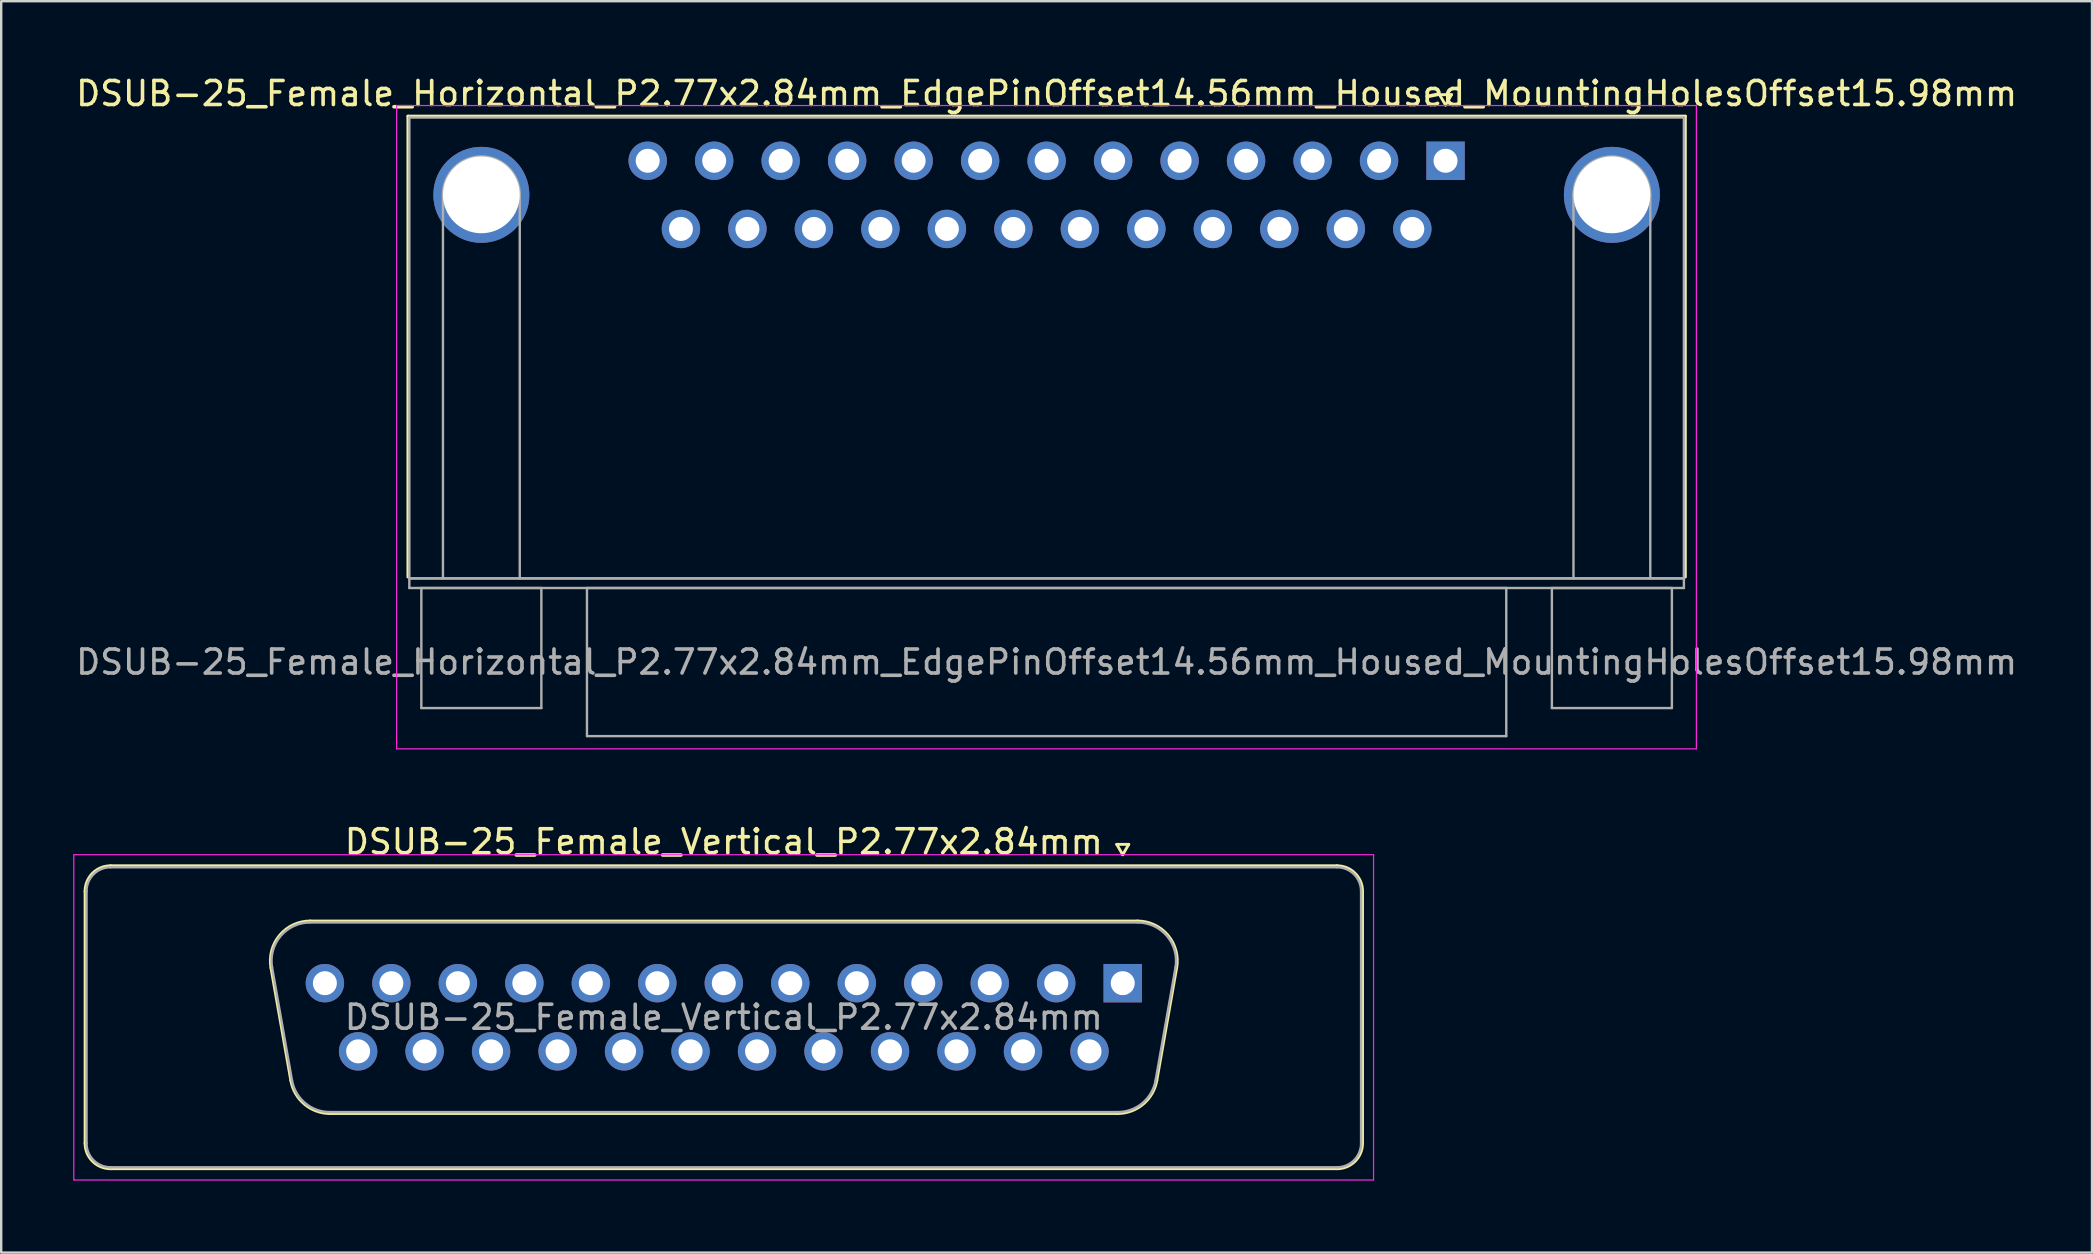
<source format=kicad_pcb>
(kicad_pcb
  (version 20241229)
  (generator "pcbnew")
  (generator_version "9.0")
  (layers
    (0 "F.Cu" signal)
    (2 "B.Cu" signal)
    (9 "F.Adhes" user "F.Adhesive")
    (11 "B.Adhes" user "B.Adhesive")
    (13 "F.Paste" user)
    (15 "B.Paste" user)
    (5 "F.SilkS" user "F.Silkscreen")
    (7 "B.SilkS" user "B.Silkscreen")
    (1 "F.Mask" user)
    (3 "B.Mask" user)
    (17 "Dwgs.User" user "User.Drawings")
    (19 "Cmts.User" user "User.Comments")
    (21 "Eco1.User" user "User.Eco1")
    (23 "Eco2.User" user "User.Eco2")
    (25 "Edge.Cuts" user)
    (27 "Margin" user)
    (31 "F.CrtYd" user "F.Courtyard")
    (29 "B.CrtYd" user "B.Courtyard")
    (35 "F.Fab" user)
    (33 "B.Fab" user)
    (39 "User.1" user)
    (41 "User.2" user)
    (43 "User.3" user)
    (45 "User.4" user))
  (footprint "DSUB-25_Female_Horizontal_P2.77x2.84mm_EdgePinOffset14.56mm_Housed_MountingHolesOffset15.98mm"
    (layer "F.Cu")
    (at 57.174 3.648)
    (property "Reference" "DSUB-25_Female_Horizontal_P2.77x2.84mm_EdgePinOffset14.56mm_Housed_MountingHolesOffset15.98mm" (at -16.62 -2.8 0) (layer "F.SilkS") (effects (font (size 1 1) (thickness 0.15))))
    (attr through_hole)
    (fp_line (start -43.23 -1.86) (end 9.99 -1.86) (stroke (width 0.12) (type solid)) (layer "F.SilkS"))
    (fp_line (start -43.23 17.34) (end -43.23 -1.86) (stroke (width 0.12) (type solid)) (layer "F.SilkS"))
    (fp_line (start -0.25 -2.754) (end 0.25 -2.754) (stroke (width 0.12) (type solid)) (layer "F.SilkS"))
    (fp_line (start 0 -2.321) (end -0.25 -2.754) (stroke (width 0.12) (type solid)) (layer "F.SilkS"))
    (fp_line (start 0.25 -2.754) (end 0 -2.321) (stroke (width 0.12) (type solid)) (layer "F.SilkS"))
    (fp_line (start 9.99 -1.86) (end 9.99 17.34) (stroke (width 0.12) (type solid)) (layer "F.SilkS"))
    (fp_line (start -43.7 -2.3) (end -43.7 24.5) (stroke (width 0.05) (type solid)) (layer "F.CrtYd"))
    (fp_line (start -43.7 24.5) (end 10.45 24.5) (stroke (width 0.05) (type solid)) (layer "F.CrtYd"))
    (fp_line (start 10.45 -2.3) (end -43.7 -2.3) (stroke (width 0.05) (type solid)) (layer "F.CrtYd"))
    (fp_line (start 10.45 24.5) (end 10.45 -2.3) (stroke (width 0.05) (type solid)) (layer "F.CrtYd"))
    (fp_line (start -43.17 -1.8) (end -43.17 17.4) (stroke (width 0.1) (type solid)) (layer "F.Fab"))
    (fp_line (start -43.17 17.4) (end -43.17 17.8) (stroke (width 0.1) (type solid)) (layer "F.Fab"))
    (fp_line (start -43.17 17.4) (end 9.93 17.4) (stroke (width 0.1) (type solid)) (layer "F.Fab"))
    (fp_line (start -43.17 17.8) (end 9.93 17.8) (stroke (width 0.1) (type solid)) (layer "F.Fab"))
    (fp_line (start -42.67 17.8) (end -42.67 22.8) (stroke (width 0.1) (type solid)) (layer "F.Fab"))
    (fp_line (start -42.67 22.8) (end -37.67 22.8) (stroke (width 0.1) (type solid)) (layer "F.Fab"))
    (fp_line (start -41.77 17.4) (end -41.77 1.42) (stroke (width 0.1) (type solid)) (layer "F.Fab"))
    (fp_line (start -38.57 17.4) (end -38.57 1.42) (stroke (width 0.1) (type solid)) (layer "F.Fab"))
    (fp_line (start -37.67 17.8) (end -42.67 17.8) (stroke (width 0.1) (type solid)) (layer "F.Fab"))
    (fp_line (start -37.67 22.8) (end -37.67 17.8) (stroke (width 0.1) (type solid)) (layer "F.Fab"))
    (fp_line (start -35.77 17.8) (end -35.77 23.97) (stroke (width 0.1) (type solid)) (layer "F.Fab"))
    (fp_line (start -35.77 23.97) (end 2.53 23.97) (stroke (width 0.1) (type solid)) (layer "F.Fab"))
    (fp_line (start 2.53 17.8) (end -35.77 17.8) (stroke (width 0.1) (type solid)) (layer "F.Fab"))
    (fp_line (start 2.53 23.97) (end 2.53 17.8) (stroke (width 0.1) (type solid)) (layer "F.Fab"))
    (fp_line (start 4.43 17.8) (end 4.43 22.8) (stroke (width 0.1) (type solid)) (layer "F.Fab"))
    (fp_line (start 4.43 22.8) (end 9.43 22.8) (stroke (width 0.1) (type solid)) (layer "F.Fab"))
    (fp_line (start 5.33 17.4) (end 5.33 1.42) (stroke (width 0.1) (type solid)) (layer "F.Fab"))
    (fp_line (start 8.53 17.4) (end 8.53 1.42) (stroke (width 0.1) (type solid)) (layer "F.Fab"))
    (fp_line (start 9.43 17.8) (end 4.43 17.8) (stroke (width 0.1) (type solid)) (layer "F.Fab"))
    (fp_line (start 9.43 22.8) (end 9.43 17.8) (stroke (width 0.1) (type solid)) (layer "F.Fab"))
    (fp_line (start 9.93 -1.8) (end -43.17 -1.8) (stroke (width 0.1) (type solid)) (layer "F.Fab"))
    (fp_line (start 9.93 17.4) (end -43.17 17.4) (stroke (width 0.1) (type solid)) (layer "F.Fab"))
    (fp_line (start 9.93 17.4) (end 9.93 -1.8) (stroke (width 0.1) (type solid)) (layer "F.Fab"))
    (fp_line (start 9.93 17.8) (end 9.93 17.4) (stroke (width 0.1) (type solid)) (layer "F.Fab"))
    (fp_arc (start -41.77 1.42) (mid -40.17 -0.18) (end -38.57 1.42) (stroke (width 0.1) (type solid)) (layer "F.Fab"))
    (fp_arc (start 5.33 1.42) (mid 6.93 -0.18) (end 8.53 1.42) (stroke (width 0.1) (type solid)) (layer "F.Fab"))
    (fp_text user "${REFERENCE}" (at -16.62 20.885 0) (layer "F.Fab") (effects (font (size 1 1) (thickness 0.15))))
    (pad "0" thru_hole circle (at -40.17 1.42) (size 4 4) (drill 3.2) (layers "*.Cu" "*.Mask"))
    (pad "0" thru_hole circle (at 6.93 1.42) (size 4 4) (drill 3.2) (layers "*.Cu" "*.Mask"))
    (pad "1" thru_hole rect (at 0 0) (size 1.6 1.6) (drill 1) (layers "*.Cu" "*.Mask"))
    (pad "2" thru_hole circle (at -2.77 0) (size 1.6 1.6) (drill 1) (layers "*.Cu" "*.Mask"))
    (pad "3" thru_hole circle (at -5.54 0) (size 1.6 1.6) (drill 1) (layers "*.Cu" "*.Mask"))
    (pad "4" thru_hole circle (at -8.31 0) (size 1.6 1.6) (drill 1) (layers "*.Cu" "*.Mask"))
    (pad "5" thru_hole circle (at -11.08 0) (size 1.6 1.6) (drill 1) (layers "*.Cu" "*.Mask"))
    (pad "6" thru_hole circle (at -13.85 0) (size 1.6 1.6) (drill 1) (layers "*.Cu" "*.Mask"))
    (pad "7" thru_hole circle (at -16.62 0) (size 1.6 1.6) (drill 1) (layers "*.Cu" "*.Mask"))
    (pad "8" thru_hole circle (at -19.39 0) (size 1.6 1.6) (drill 1) (layers "*.Cu" "*.Mask"))
    (pad "9" thru_hole circle (at -22.16 0) (size 1.6 1.6) (drill 1) (layers "*.Cu" "*.Mask"))
    (pad "10" thru_hole circle (at -24.93 0) (size 1.6 1.6) (drill 1) (layers "*.Cu" "*.Mask"))
    (pad "11" thru_hole circle (at -27.7 0) (size 1.6 1.6) (drill 1) (layers "*.Cu" "*.Mask"))
    (pad "12" thru_hole circle (at -30.47 0) (size 1.6 1.6) (drill 1) (layers "*.Cu" "*.Mask"))
    (pad "13" thru_hole circle (at -33.24 0) (size 1.6 1.6) (drill 1) (layers "*.Cu" "*.Mask"))
    (pad "14" thru_hole circle (at -1.385 2.84) (size 1.6 1.6) (drill 1) (layers "*.Cu" "*.Mask"))
    (pad "15" thru_hole circle (at -4.155 2.84) (size 1.6 1.6) (drill 1) (layers "*.Cu" "*.Mask"))
    (pad "16" thru_hole circle (at -6.925 2.84) (size 1.6 1.6) (drill 1) (layers "*.Cu" "*.Mask"))
    (pad "17" thru_hole circle (at -9.695 2.84) (size 1.6 1.6) (drill 1) (layers "*.Cu" "*.Mask"))
    (pad "18" thru_hole circle (at -12.465 2.84) (size 1.6 1.6) (drill 1) (layers "*.Cu" "*.Mask"))
    (pad "19" thru_hole circle (at -15.235 2.84) (size 1.6 1.6) (drill 1) (layers "*.Cu" "*.Mask"))
    (pad "20" thru_hole circle (at -18.005 2.84) (size 1.6 1.6) (drill 1) (layers "*.Cu" "*.Mask"))
    (pad "21" thru_hole circle (at -20.775 2.84) (size 1.6 1.6) (drill 1) (layers "*.Cu" "*.Mask"))
    (pad "22" thru_hole circle (at -23.545 2.84) (size 1.6 1.6) (drill 1) (layers "*.Cu" "*.Mask"))
    (pad "23" thru_hole circle (at -26.315 2.84) (size 1.6 1.6) (drill 1) (layers "*.Cu" "*.Mask"))
    (pad "24" thru_hole circle (at -29.085 2.84) (size 1.6 1.6) (drill 1) (layers "*.Cu" "*.Mask"))
    (pad "25" thru_hole circle (at -31.855 2.84) (size 1.6 1.6) (drill 1) (layers "*.Cu" "*.Mask")))
  (footprint "DSUB-25_Female_Vertical_P2.77x2.84mm"
    (layer "F.Cu")
    (at 43.725 37.911)
    (property "Reference" "DSUB-25_Female_Vertical_P2.77x2.84mm" (at -16.62 -5.89 0) (layer "F.SilkS") (effects (font (size 1 1) (thickness 0.15))))
    (attr through_hole)
    (fp_line (start -43.23 6.67) (end -43.23 -3.83) (stroke (width 0.12) (type solid)) (layer "F.SilkS"))
    (fp_line (start -42.17 -4.89) (end 8.93 -4.89) (stroke (width 0.12) (type solid)) (layer "F.SilkS"))
    (fp_line (start -35.486 -0.642) (end -34.658 4.058) (stroke (width 0.12) (type solid)) (layer "F.SilkS"))
    (fp_line (start -33.852 -2.59) (end 0.612 -2.59) (stroke (width 0.12) (type solid)) (layer "F.SilkS"))
    (fp_line (start -33.023 5.43) (end -0.217 5.43) (stroke (width 0.12) (type solid)) (layer "F.SilkS"))
    (fp_line (start -0.25 -5.784) (end 0.25 -5.784) (stroke (width 0.12) (type solid)) (layer "F.SilkS"))
    (fp_line (start 0 -5.351) (end -0.25 -5.784) (stroke (width 0.12) (type solid)) (layer "F.SilkS"))
    (fp_line (start 0.25 -5.784) (end 0 -5.351) (stroke (width 0.12) (type solid)) (layer "F.SilkS"))
    (fp_line (start 2.246 -0.642) (end 1.418 4.058) (stroke (width 0.12) (type solid)) (layer "F.SilkS"))
    (fp_line (start 8.93 7.73) (end -42.17 7.73) (stroke (width 0.12) (type solid)) (layer "F.SilkS"))
    (fp_line (start 9.99 -3.83) (end 9.99 6.67) (stroke (width 0.12) (type solid)) (layer "F.SilkS"))
    (fp_arc (start -43.23 -3.83) (mid -42.919533 -4.579533) (end -42.17 -4.89) (stroke (width 0.12) (type solid)) (layer "F.SilkS"))
    (fp_arc (start -42.17 7.73) (mid -42.919533 7.419533) (end -43.23 6.67) (stroke (width 0.12) (type solid)) (layer "F.SilkS"))
    (fp_arc (start -35.48647 -0.641744) (mid -35.123323 -1.997028) (end -33.851689 -2.59) (stroke (width 0.12) (type solid)) (layer "F.SilkS"))
    (fp_arc (start -33.022952 5.43) (mid -34.089979 5.041634) (end -34.657733 4.058256) (stroke (width 0.12) (type solid)) (layer "F.SilkS"))
    (fp_arc (start 0.611689 -2.59) (mid 1.883323 -1.997027) (end 2.24647 -0.641744) (stroke (width 0.12) (type solid)) (layer "F.SilkS"))
    (fp_arc (start 1.417733 4.058256) (mid 0.84998 5.041634) (end -0.217048 5.43) (stroke (width 0.12) (type solid)) (layer "F.SilkS"))
    (fp_arc (start 8.93 -4.89) (mid 9.679533 -4.579533) (end 9.99 -3.83) (stroke (width 0.12) (type solid)) (layer "F.SilkS"))
    (fp_arc (start 9.99 6.67) (mid 9.679533 7.419533) (end 8.93 7.73) (stroke (width 0.12) (type solid)) (layer "F.SilkS"))
    (fp_line (start -43.7 -5.35) (end -43.7 8.2) (stroke (width 0.05) (type solid)) (layer "F.CrtYd"))
    (fp_line (start -43.7 8.2) (end 10.45 8.2) (stroke (width 0.05) (type solid)) (layer "F.CrtYd"))
    (fp_line (start 10.45 -5.35) (end -43.7 -5.35) (stroke (width 0.05) (type solid)) (layer "F.CrtYd"))
    (fp_line (start 10.45 8.2) (end 10.45 -5.35) (stroke (width 0.05) (type solid)) (layer "F.CrtYd"))
    (fp_line (start -43.17 6.67) (end -43.17 -3.83) (stroke (width 0.1) (type solid)) (layer "F.Fab"))
    (fp_line (start -42.17 -4.83) (end 8.93 -4.83) (stroke (width 0.1) (type solid)) (layer "F.Fab"))
    (fp_line (start -35.439 -0.652) (end -34.61 4.048) (stroke (width 0.1) (type solid)) (layer "F.Fab"))
    (fp_line (start -33.863 -2.53) (end 0.623 -2.53) (stroke (width 0.1) (type solid)) (layer "F.Fab"))
    (fp_line (start -33.034 5.37) (end -0.206 5.37) (stroke (width 0.1) (type solid)) (layer "F.Fab"))
    (fp_line (start 2.199 -0.652) (end 1.37 4.048) (stroke (width 0.1) (type solid)) (layer "F.Fab"))
    (fp_line (start 8.93 7.67) (end -42.17 7.67) (stroke (width 0.1) (type solid)) (layer "F.Fab"))
    (fp_line (start 9.93 -3.83) (end 9.93 6.67) (stroke (width 0.1) (type solid)) (layer "F.Fab"))
    (fp_arc (start -43.17 -3.83) (mid -42.877107 -4.537107) (end -42.17 -4.83) (stroke (width 0.1) (type solid)) (layer "F.Fab"))
    (fp_arc (start -42.17 7.67) (mid -42.877107 7.377107) (end -43.17 6.67) (stroke (width 0.1) (type solid)) (layer "F.Fab"))
    (fp_arc (start -35.438886 -0.652163) (mid -35.088865 -1.95846) (end -33.863194 -2.53) (stroke (width 0.1) (type solid)) (layer "F.Fab"))
    (fp_arc (start -33.034457 5.37) (mid -34.062917 4.995671) (end -34.610149 4.047837) (stroke (width 0.1) (type solid)) (layer "F.Fab"))
    (fp_arc (start 0.623194 -2.53) (mid 1.848865 -1.95846) (end 2.198886 -0.652163) (stroke (width 0.1) (type solid)) (layer "F.Fab"))
    (fp_arc (start 1.370149 4.047837) (mid 0.822917 4.995671) (end -0.205543 5.37) (stroke (width 0.1) (type solid)) (layer "F.Fab"))
    (fp_arc (start 8.93 -4.83) (mid 9.637107 -4.537107) (end 9.93 -3.83) (stroke (width 0.1) (type solid)) (layer "F.Fab"))
    (fp_arc (start 9.93 6.67) (mid 9.637107 7.377107) (end 8.93 7.67) (stroke (width 0.1) (type solid)) (layer "F.Fab"))
    (fp_text user "${REFERENCE}" (at -16.62 1.42 0) (layer "F.Fab") (effects (font (size 1 1) (thickness 0.15))))
    (pad "1" thru_hole rect (at 0 0) (size 1.6 1.6) (drill 1) (layers "*.Cu" "*.Mask"))
    (pad "2" thru_hole circle (at -2.77 0) (size 1.6 1.6) (drill 1) (layers "*.Cu" "*.Mask"))
    (pad "3" thru_hole circle (at -5.54 0) (size 1.6 1.6) (drill 1) (layers "*.Cu" "*.Mask"))
    (pad "4" thru_hole circle (at -8.31 0) (size 1.6 1.6) (drill 1) (layers "*.Cu" "*.Mask"))
    (pad "5" thru_hole circle (at -11.08 0) (size 1.6 1.6) (drill 1) (layers "*.Cu" "*.Mask"))
    (pad "6" thru_hole circle (at -13.85 0) (size 1.6 1.6) (drill 1) (layers "*.Cu" "*.Mask"))
    (pad "7" thru_hole circle (at -16.62 0) (size 1.6 1.6) (drill 1) (layers "*.Cu" "*.Mask"))
    (pad "8" thru_hole circle (at -19.39 0) (size 1.6 1.6) (drill 1) (layers "*.Cu" "*.Mask"))
    (pad "9" thru_hole circle (at -22.16 0) (size 1.6 1.6) (drill 1) (layers "*.Cu" "*.Mask"))
    (pad "10" thru_hole circle (at -24.93 0) (size 1.6 1.6) (drill 1) (layers "*.Cu" "*.Mask"))
    (pad "11" thru_hole circle (at -27.7 0) (size 1.6 1.6) (drill 1) (layers "*.Cu" "*.Mask"))
    (pad "12" thru_hole circle (at -30.47 0) (size 1.6 1.6) (drill 1) (layers "*.Cu" "*.Mask"))
    (pad "13" thru_hole circle (at -33.24 0) (size 1.6 1.6) (drill 1) (layers "*.Cu" "*.Mask"))
    (pad "14" thru_hole circle (at -1.385 2.84) (size 1.6 1.6) (drill 1) (layers "*.Cu" "*.Mask"))
    (pad "15" thru_hole circle (at -4.155 2.84) (size 1.6 1.6) (drill 1) (layers "*.Cu" "*.Mask"))
    (pad "16" thru_hole circle (at -6.925 2.84) (size 1.6 1.6) (drill 1) (layers "*.Cu" "*.Mask"))
    (pad "17" thru_hole circle (at -9.695 2.84) (size 1.6 1.6) (drill 1) (layers "*.Cu" "*.Mask"))
    (pad "18" thru_hole circle (at -12.465 2.84) (size 1.6 1.6) (drill 1) (layers "*.Cu" "*.Mask"))
    (pad "19" thru_hole circle (at -15.235 2.84) (size 1.6 1.6) (drill 1) (layers "*.Cu" "*.Mask"))
    (pad "20" thru_hole circle (at -18.005 2.84) (size 1.6 1.6) (drill 1) (layers "*.Cu" "*.Mask"))
    (pad "21" thru_hole circle (at -20.775 2.84) (size 1.6 1.6) (drill 1) (layers "*.Cu" "*.Mask"))
    (pad "22" thru_hole circle (at -23.545 2.84) (size 1.6 1.6) (drill 1) (layers "*.Cu" "*.Mask"))
    (pad "23" thru_hole circle (at -26.315 2.84) (size 1.6 1.6) (drill 1) (layers "*.Cu" "*.Mask"))
    (pad "24" thru_hole circle (at -29.085 2.84) (size 1.6 1.6) (drill 1) (layers "*.Cu" "*.Mask"))
    (pad "25" thru_hole circle (at -31.855 2.84) (size 1.6 1.6) (drill 1) (layers "*.Cu" "*.Mask")))
  (gr_rect
    (start -3 -3)
    (end 84.107 49.136)
    (stroke (width 0.1) (type default))
    (fill no)
    (layer "Edge.Cuts")))
</source>
